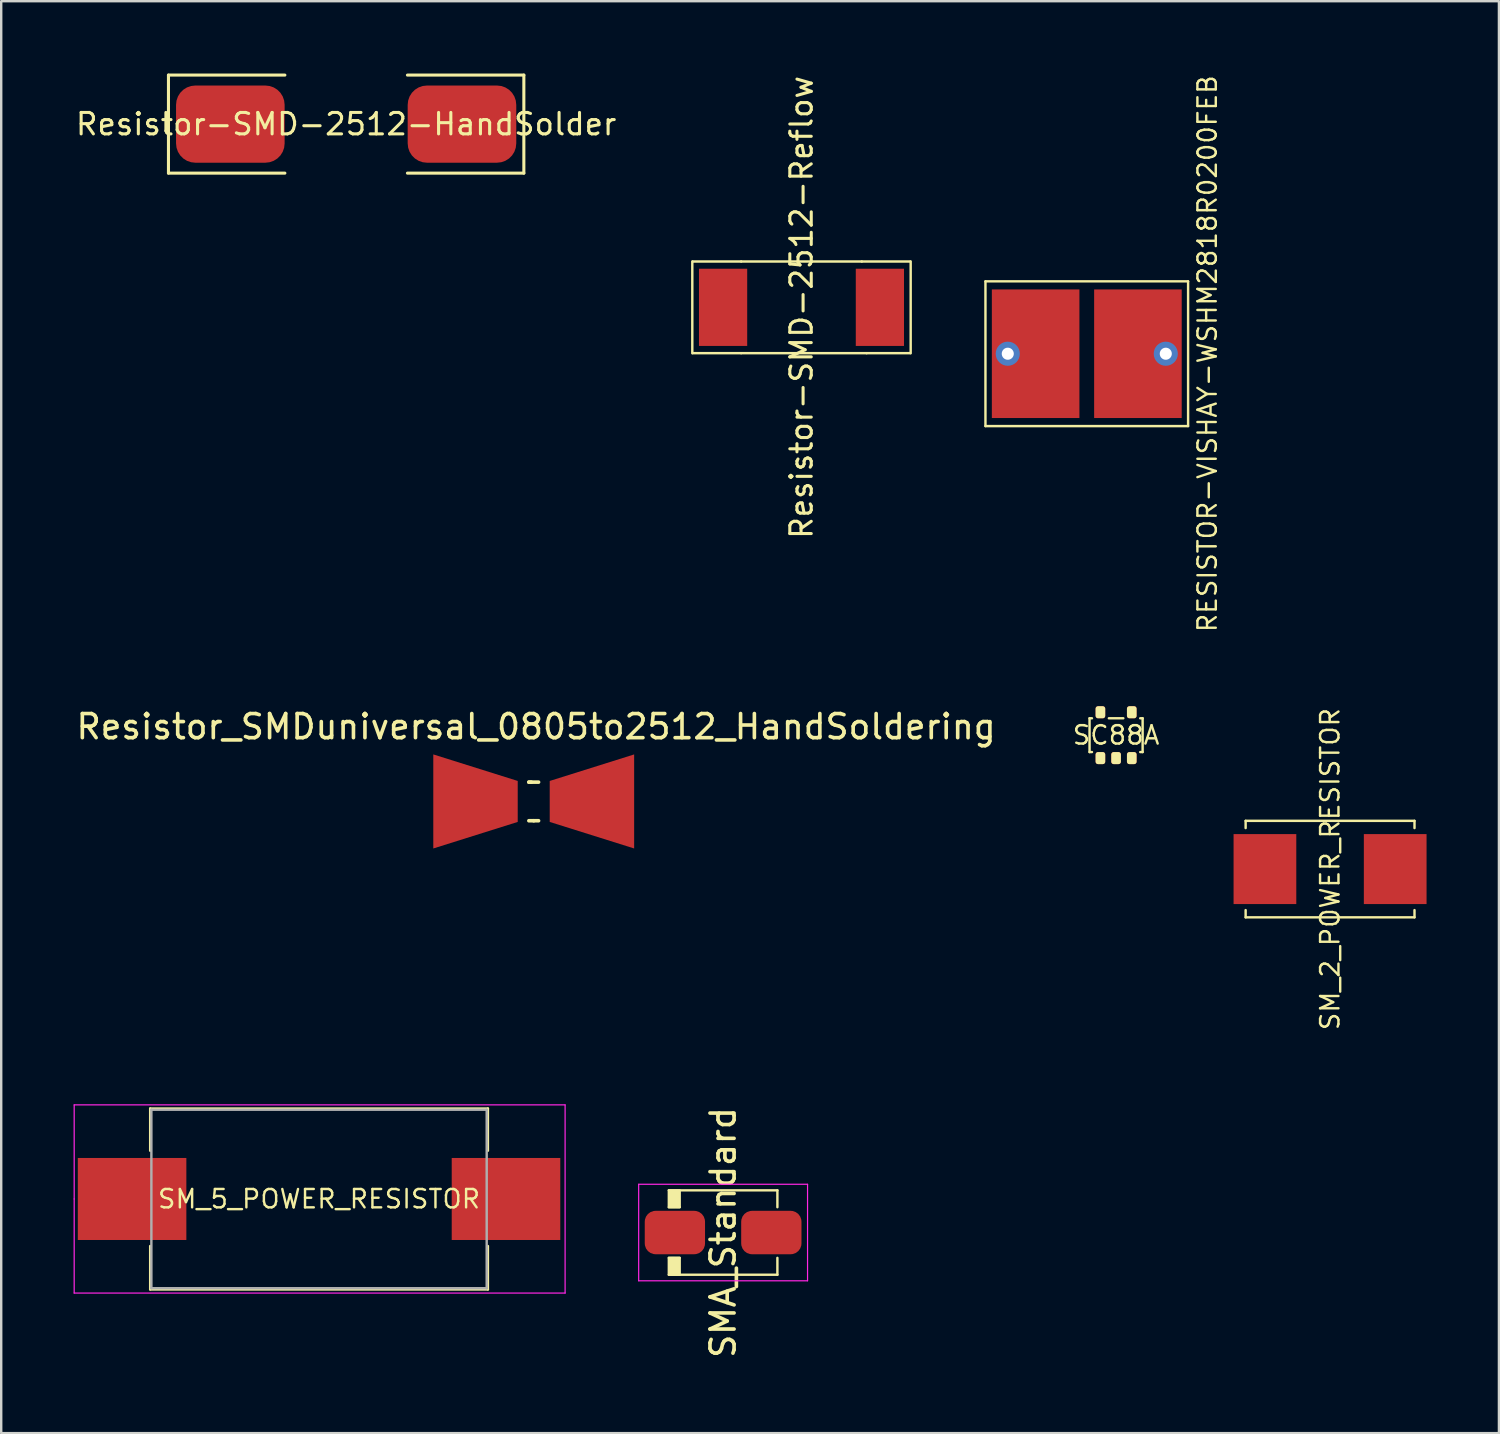
<source format=kicad_pcb>
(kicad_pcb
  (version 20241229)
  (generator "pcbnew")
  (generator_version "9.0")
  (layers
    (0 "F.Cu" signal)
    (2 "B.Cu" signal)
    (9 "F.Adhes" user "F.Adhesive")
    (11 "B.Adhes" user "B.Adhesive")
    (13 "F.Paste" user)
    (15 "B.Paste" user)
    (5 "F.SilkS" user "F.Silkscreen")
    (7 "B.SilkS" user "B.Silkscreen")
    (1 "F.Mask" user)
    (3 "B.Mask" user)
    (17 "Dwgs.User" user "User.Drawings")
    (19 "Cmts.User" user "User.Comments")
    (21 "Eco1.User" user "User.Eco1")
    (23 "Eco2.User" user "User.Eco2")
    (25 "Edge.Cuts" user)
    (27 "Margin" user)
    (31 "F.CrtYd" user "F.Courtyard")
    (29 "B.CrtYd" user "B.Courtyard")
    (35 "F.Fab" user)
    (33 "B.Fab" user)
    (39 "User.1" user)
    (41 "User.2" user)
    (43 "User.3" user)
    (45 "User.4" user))
  (footprint "Resistor-SMD-2512-HandSolder"
    (layer "F.Cu")
    (at 11.299 2.095)
    (property "Reference" "Resistor-SMD-2512-HandSolder" (at 0 0 0) (layer "F.SilkS") (effects (font (size 0.889 0.889) (thickness 0.127))))
    (attr smd)
    (fp_line (start -7.366 -2.032) (end -7.366 2.032) (stroke (width 0.127) (type solid)) (layer "F.SilkS"))
    (fp_line (start -7.366 -2.032) (end -2.54 -2.032) (stroke (width 0.127) (type solid)) (layer "F.SilkS"))
    (fp_line (start -7.366 2.032) (end -2.54 2.032) (stroke (width 0.127) (type solid)) (layer "F.SilkS"))
    (fp_line (start 2.54 -2.032) (end 7.366 -2.032) (stroke (width 0.127) (type solid)) (layer "F.SilkS"))
    (fp_line (start 7.366 -2.032) (end 7.366 2.032) (stroke (width 0.127) (type solid)) (layer "F.SilkS"))
    (fp_line (start 7.366 2.032) (end 2.54 2.032) (stroke (width 0.127) (type solid)) (layer "F.SilkS"))
    (pad "1" smd roundrect (at -4.801 0) (size 4.501 3.2) (layers "F.Cu" "F.Mask" "F.Paste") (roundrect_rratio 0.25))
    (pad "2" smd roundrect (at 4.801 0) (size 4.501 3.2) (layers "F.Cu" "F.Mask" "F.Paste") (roundrect_rratio 0.25)))
  (footprint "SM_5_POWER_RESISTOR"
    (layer "F.Cu")
    (at 10.175 46.651)
    (property "Reference" "SM_5_POWER_RESISTOR" (at 0 0 0) (layer "F.SilkS") (effects (font (size 0.762 0.762) (thickness 0.1))))
    (attr smd)
    (fp_line (start -7 -3.75) (end -7 -2) (stroke (width 0.1) (type solid)) (layer "F.SilkS"))
    (fp_line (start -7 -3.75) (end 7 -3.75) (stroke (width 0.1) (type solid)) (layer "F.SilkS"))
    (fp_line (start -7 1.95) (end -7 3.75) (stroke (width 0.1) (type solid)) (layer "F.SilkS"))
    (fp_line (start -7 3.75) (end 7 3.75) (stroke (width 0.1) (type solid)) (layer "F.SilkS"))
    (fp_line (start 7 -3.75) (end 7 -2) (stroke (width 0.1) (type solid)) (layer "F.SilkS"))
    (fp_line (start 7 1.95) (end 7 3.75) (stroke (width 0.1) (type solid)) (layer "F.SilkS"))
    (fp_line (start -10.15 -3.9) (end 10.2 -3.9) (stroke (width 0.05) (type solid)) (layer "F.CrtYd"))
    (fp_line (start -10.15 0) (end -10.15 -3.9) (stroke (width 0.05) (type solid)) (layer "F.CrtYd"))
    (fp_line (start -10.15 3.9) (end -10.15 0) (stroke (width 0.05) (type solid)) (layer "F.CrtYd"))
    (fp_line (start 10.2 -3.9) (end 10.2 3.9) (stroke (width 0.05) (type solid)) (layer "F.CrtYd"))
    (fp_line (start 10.2 3.9) (end -10.15 3.9) (stroke (width 0.05) (type solid)) (layer "F.CrtYd"))
    (fp_line (start -6.95 -3.7) (end 6.95 -3.7) (stroke (width 0.1) (type solid)) (layer "F.Fab"))
    (fp_line (start -6.95 3.7) (end -6.95 -3.7) (stroke (width 0.1) (type solid)) (layer "F.Fab"))
    (fp_line (start 6.95 -3.7) (end 6.95 3.7) (stroke (width 0.1) (type solid)) (layer "F.Fab"))
    (fp_line (start 6.95 3.7) (end -6.95 3.7) (stroke (width 0.1) (type solid)) (layer "F.Fab"))
    (pad "1" smd rect (at -7.75 0) (size 4.5 3.4) (layers "F.Cu" "F.Mask" "F.Paste"))
    (pad "2" smd rect (at 7.75 0) (size 4.5 3.4) (layers "F.Cu" "F.Mask" "F.Paste")))
  (footprint "Resistor_SMDuniversal_0805to2512_HandSoldering"
    (layer "F.Cu")
    (at 19.074 30.172)
    (property "Reference" "Resistor_SMDuniversal_0805to2512_HandSoldering" (at 0.099 -3.099 0) (layer "F.SilkS") (effects (font (size 1 1) (thickness 0.15))))
    (attr through_hole)
    (fp_line (start -0.201 -0.8) (end 0.201 -0.8) (stroke (width 0.15) (type solid)) (layer "F.SilkS"))
    (fp_line (start -0.099 -0.8) (end -0.201 -0.8) (stroke (width 0.15) (type solid)) (layer "F.SilkS"))
    (fp_line (start 0 0.8) (end -0.201 0.8) (stroke (width 0.15) (type solid)) (layer "F.SilkS"))
    (fp_line (start 0 0.8) (end 0.201 0.8) (stroke (width 0.15) (type solid)) (layer "F.SilkS"))
    (pad "1" smd trapezoid (at -2.413 0) (size 3.5 2.799) (rect_delta 1.1 0) (layers "F.Cu" "F.Mask" "F.Paste"))
    (pad "2" smd trapezoid (at 2.413 0 180) (size 3.5 2.799) (rect_delta 1.1 0) (layers "F.Cu" "F.Mask" "F.Paste")))
  (footprint "SMA_Standard"
    (layer "F.Cu")
    (at 26.925 48.042)
    (property "Reference" "SMA_Standard" (at 0 0 90) (layer "F.SilkS") (effects (font (size 1 1) (thickness 0.15))))
    (attr smd)
    (fp_line (start -2.25 -1.75) (end 2.25 -1.75) (stroke (width 0.1) (type solid)) (layer "F.SilkS"))
    (fp_line (start -2.25 1.75) (end 2.25 1.75) (stroke (width 0.1) (type solid)) (layer "F.SilkS"))
    (fp_line (start -2.25 -1.75) (end -2.25 -1.05) (stroke (width 0.1) (type solid)) (layer "F.SilkS"))
    (fp_line (start -2.25 -1.05) (end -1.8 -1.05) (stroke (width 0.1) (type solid)) (layer "F.SilkS"))
    (fp_line (start -2.25 1.05) (end -1.8 1.05) (stroke (width 0.1) (type solid)) (layer "F.SilkS"))
    (fp_line (start -2.25 1.75) (end -2.25 1.05) (stroke (width 0.1) (type solid)) (layer "F.SilkS"))
    (fp_line (start -2.2 -1.75) (end -2.2 -1.05) (stroke (width 0.1) (type solid)) (layer "F.SilkS"))
    (fp_line (start -2.2 1.75) (end -2.2 1.05) (stroke (width 0.1) (type solid)) (layer "F.SilkS"))
    (fp_line (start -2.15 -1.75) (end -2.15 -1.05) (stroke (width 0.1) (type solid)) (layer "F.SilkS"))
    (fp_line (start -2.15 1.75) (end -2.15 1.05) (stroke (width 0.1) (type solid)) (layer "F.SilkS"))
    (fp_line (start -2.1 -1.75) (end -2.1 -1.05) (stroke (width 0.1) (type solid)) (layer "F.SilkS"))
    (fp_line (start -2.1 1.75) (end -2.1 1.05) (stroke (width 0.1) (type solid)) (layer "F.SilkS"))
    (fp_line (start -2.05 -1.75) (end -2.05 -1.05) (stroke (width 0.1) (type solid)) (layer "F.SilkS"))
    (fp_line (start -2.05 1.75) (end -2.05 1.05) (stroke (width 0.1) (type solid)) (layer "F.SilkS"))
    (fp_line (start -2 -1.75) (end -2 -1.05) (stroke (width 0.1) (type solid)) (layer "F.SilkS"))
    (fp_line (start -2 1.75) (end -2 1.05) (stroke (width 0.1) (type solid)) (layer "F.SilkS"))
    (fp_line (start -1.95 -1.75) (end -1.95 -1.05) (stroke (width 0.1) (type solid)) (layer "F.SilkS"))
    (fp_line (start -1.95 1.75) (end -1.95 1.05) (stroke (width 0.1) (type solid)) (layer "F.SilkS"))
    (fp_line (start -1.9 -1.75) (end -1.9 -1.05) (stroke (width 0.1) (type solid)) (layer "F.SilkS"))
    (fp_line (start -1.9 1.75) (end -1.9 1.05) (stroke (width 0.1) (type solid)) (layer "F.SilkS"))
    (fp_line (start -1.85 -1.75) (end -1.85 -1.05) (stroke (width 0.1) (type solid)) (layer "F.SilkS"))
    (fp_line (start -1.85 1.75) (end -1.85 1.05) (stroke (width 0.1) (type solid)) (layer "F.SilkS"))
    (fp_line (start -1.8 -1.05) (end -1.8 -1.75) (stroke (width 0.1) (type solid)) (layer "F.SilkS"))
    (fp_line (start -1.8 1.05) (end -1.8 1.75) (stroke (width 0.1) (type solid)) (layer "F.SilkS"))
    (fp_line (start 2.25 -1.75) (end 2.25 -1.05) (stroke (width 0.1) (type solid)) (layer "F.SilkS"))
    (fp_line (start 2.25 1.75) (end 2.25 1.05) (stroke (width 0.1) (type solid)) (layer "F.SilkS"))
    (fp_line (start -3.5 -2) (end 3.5 -2) (stroke (width 0.05) (type solid)) (layer "F.CrtYd"))
    (fp_line (start -3.5 2) (end -3.5 -2) (stroke (width 0.05) (type solid)) (layer "F.CrtYd"))
    (fp_line (start 3.5 -2) (end 3.5 2) (stroke (width 0.05) (type solid)) (layer "F.CrtYd"))
    (fp_line (start 3.5 2) (end -3.5 2) (stroke (width 0.05) (type solid)) (layer "F.CrtYd"))
    (pad "1" smd roundrect (at -1.999 0) (size 2.499 1.801) (layers "F.Cu" "F.Mask" "F.Paste") (roundrect_rratio 0.25))
    (pad "2" smd roundrect (at 1.999 0) (size 2.499 1.801) (layers "F.Cu" "F.Mask" "F.Paste") (roundrect_rratio 0.25)))
  (footprint "SM_2_POWER_RESISTOR"
    (layer "F.Cu")
    (at 52.085 32.976)
    (property "Reference" "SM_2_POWER_RESISTOR" (at 0 0 90) (layer "F.SilkS") (effects (font (size 0.762 0.762) (thickness 0.1))))
    (attr through_hole)
    (fp_line (start -3.5 -2) (end 3.5 -2) (stroke (width 0.1) (type solid)) (layer "F.SilkS"))
    (fp_line (start -3.5 -1.7) (end -3.5 -2) (stroke (width 0.1) (type solid)) (layer "F.SilkS"))
    (fp_line (start -3.5 2) (end -3.5 1.7) (stroke (width 0.1) (type solid)) (layer "F.SilkS"))
    (fp_line (start -3.5 2) (end 3.5 2) (stroke (width 0.1) (type solid)) (layer "F.SilkS"))
    (fp_line (start 3.5 -1.7) (end 3.5 -2) (stroke (width 0.1) (type solid)) (layer "F.SilkS"))
    (fp_line (start 3.5 2) (end 3.5 1.7) (stroke (width 0.1) (type solid)) (layer "F.SilkS"))
    (pad "1" smd rect (at -2.7 0) (size 2.6 2.9) (layers "F.Cu" "F.Mask" "F.Paste"))
    (pad "2" smd rect (at 2.7 0) (size 2.6 2.9) (layers "F.Cu" "F.Mask" "F.Paste")))
  (footprint "SC88A"
    (layer "F.Cu")
    (at 43.215 27.425)
    (property "Reference" "SC88A" (at 0 0 180) (layer "F.SilkS") (effects (font (size 0.762 0.762) (thickness 0.1))))
    (attr through_hole)
    (fp_line (start -1.1 -0.7) (end -1.1 0.7) (stroke (width 0.1) (type solid)) (layer "F.SilkS"))
    (fp_line (start -1.1 0.7) (end -1 0.7) (stroke (width 0.1) (type solid)) (layer "F.SilkS"))
    (fp_line (start -1 -0.7) (end -1.1 -0.7) (stroke (width 0.1) (type solid)) (layer "F.SilkS"))
    (fp_line (start -0.3 -0.7) (end 0.3 -0.7) (stroke (width 0.1) (type solid)) (layer "F.SilkS"))
    (fp_line (start 1 -0.7) (end 1.1 -0.7) (stroke (width 0.1) (type solid)) (layer "F.SilkS"))
    (fp_line (start 1.1 -0.7) (end 1.1 0.7) (stroke (width 0.1) (type solid)) (layer "F.SilkS"))
    (fp_line (start 1.1 0.7) (end 1 0.7) (stroke (width 0.1) (type solid)) (layer "F.SilkS"))
    (pad "1" smd roundrect (at -0.65 0.95) (size 0.4 0.5) (layers "F.Cu" "F.Mask" "F.SilkS" "F.Paste") (roundrect_rratio 0.25))
    (pad "2" smd roundrect (at 0 0.95) (size 0.4 0.5) (layers "F.Cu" "F.Mask" "F.SilkS" "F.Paste") (roundrect_rratio 0.25))
    (pad "3" smd roundrect (at 0.65 0.95) (size 0.4 0.5) (layers "F.Cu" "F.Mask" "F.SilkS" "F.Paste") (roundrect_rratio 0.25))
    (pad "4" smd roundrect (at 0.65 -0.95) (size 0.4 0.5) (layers "F.Cu" "F.Mask" "F.SilkS" "F.Paste") (roundrect_rratio 0.25))
    (pad "5" smd roundrect (at -0.65 -0.95) (size 0.4 0.5) (layers "F.Cu" "F.Mask" "F.SilkS" "F.Paste") (roundrect_rratio 0.25)))
  (footprint "Resistor-SMD-2512-Reflow"
    (layer "F.Cu")
    (at 30.174 9.69)
    (property "Reference" "Resistor-SMD-2512-Reflow" (at 0 0 90) (layer "F.SilkS") (effects (font (size 0.889 0.889) (thickness 0.127))))
    (attr smd)
    (fp_line (start -4.526 -1.905) (end -4.526 1.905) (stroke (width 0.1) (type solid)) (layer "F.SilkS"))
    (fp_line (start -4.5 -1.9) (end -2.5 -1.9) (stroke (width 0.1) (type solid)) (layer "F.SilkS"))
    (fp_line (start -4.5 1.9) (end -2.5 1.9) (stroke (width 0.1) (type solid)) (layer "F.SilkS"))
    (fp_line (start -2.5 -1.9) (end 2.5 -1.9) (stroke (width 0.1) (type solid)) (layer "F.SilkS"))
    (fp_line (start -2.5 1.9) (end 2.7 1.9) (stroke (width 0.1) (type solid)) (layer "F.SilkS"))
    (fp_line (start 4.5 -1.9) (end 2.5 -1.9) (stroke (width 0.1) (type solid)) (layer "F.SilkS"))
    (fp_line (start 4.5 1.9) (end 2.7 1.9) (stroke (width 0.1) (type solid)) (layer "F.SilkS"))
    (fp_line (start 4.526 -1.905) (end 4.526 1.905) (stroke (width 0.1) (type solid)) (layer "F.SilkS"))
    (pad "1" smd rect (at -3.25 0) (size 1.999 3.2) (layers "F.Cu" "F.Mask" "F.Paste"))
    (pad "2" smd rect (at 3.25 0) (size 1.999 3.2) (layers "F.Cu" "F.Mask" "F.Paste")))
  (footprint "RESISTOR-VISHAY-WSHM2818R0200FEB"
    (layer "F.Cu")
    (at 42 11.613)
    (property "Reference" "RESISTOR-VISHAY-WSHM2818R0200FEB" (at 5 0 90) (layer "F.SilkS") (effects (font (size 0.762 0.762) (thickness 0.1))))
    (attr through_hole)
    (fp_line (start -4.2 -3) (end 4.2 -3) (stroke (width 0.1) (type solid)) (layer "F.SilkS"))
    (fp_line (start -4.2 3) (end -4.2 -3) (stroke (width 0.1) (type solid)) (layer "F.SilkS"))
    (fp_line (start 4.2 -3) (end 4.2 3) (stroke (width 0.1) (type solid)) (layer "F.SilkS"))
    (fp_line (start 4.2 3) (end -4.2 3) (stroke (width 0.1) (type solid)) (layer "F.SilkS"))
    (pad "1" thru_hole circle (at -3.275 0) (size 1 1) (drill 0.5) (layers "*.Cu" "*.Mask"))
    (pad "1" smd rect (at -2.12 0) (size 3.63 5.33) (layers "F.Cu" "F.Mask" "F.Paste"))
    (pad "2" smd rect (at 2.12 0) (size 3.63 5.33) (layers "F.Cu" "F.Mask" "F.Paste"))
    (pad "2" thru_hole circle (at 3.275 0) (size 1 1) (drill 0.5) (layers "*.Cu" "*.Mask")))
  (gr_rect
    (start -3 -3)
    (end 59.085 56.357)
    (stroke (width 0.1) (type default))
    (fill no)
    (layer "Edge.Cuts")))
</source>
